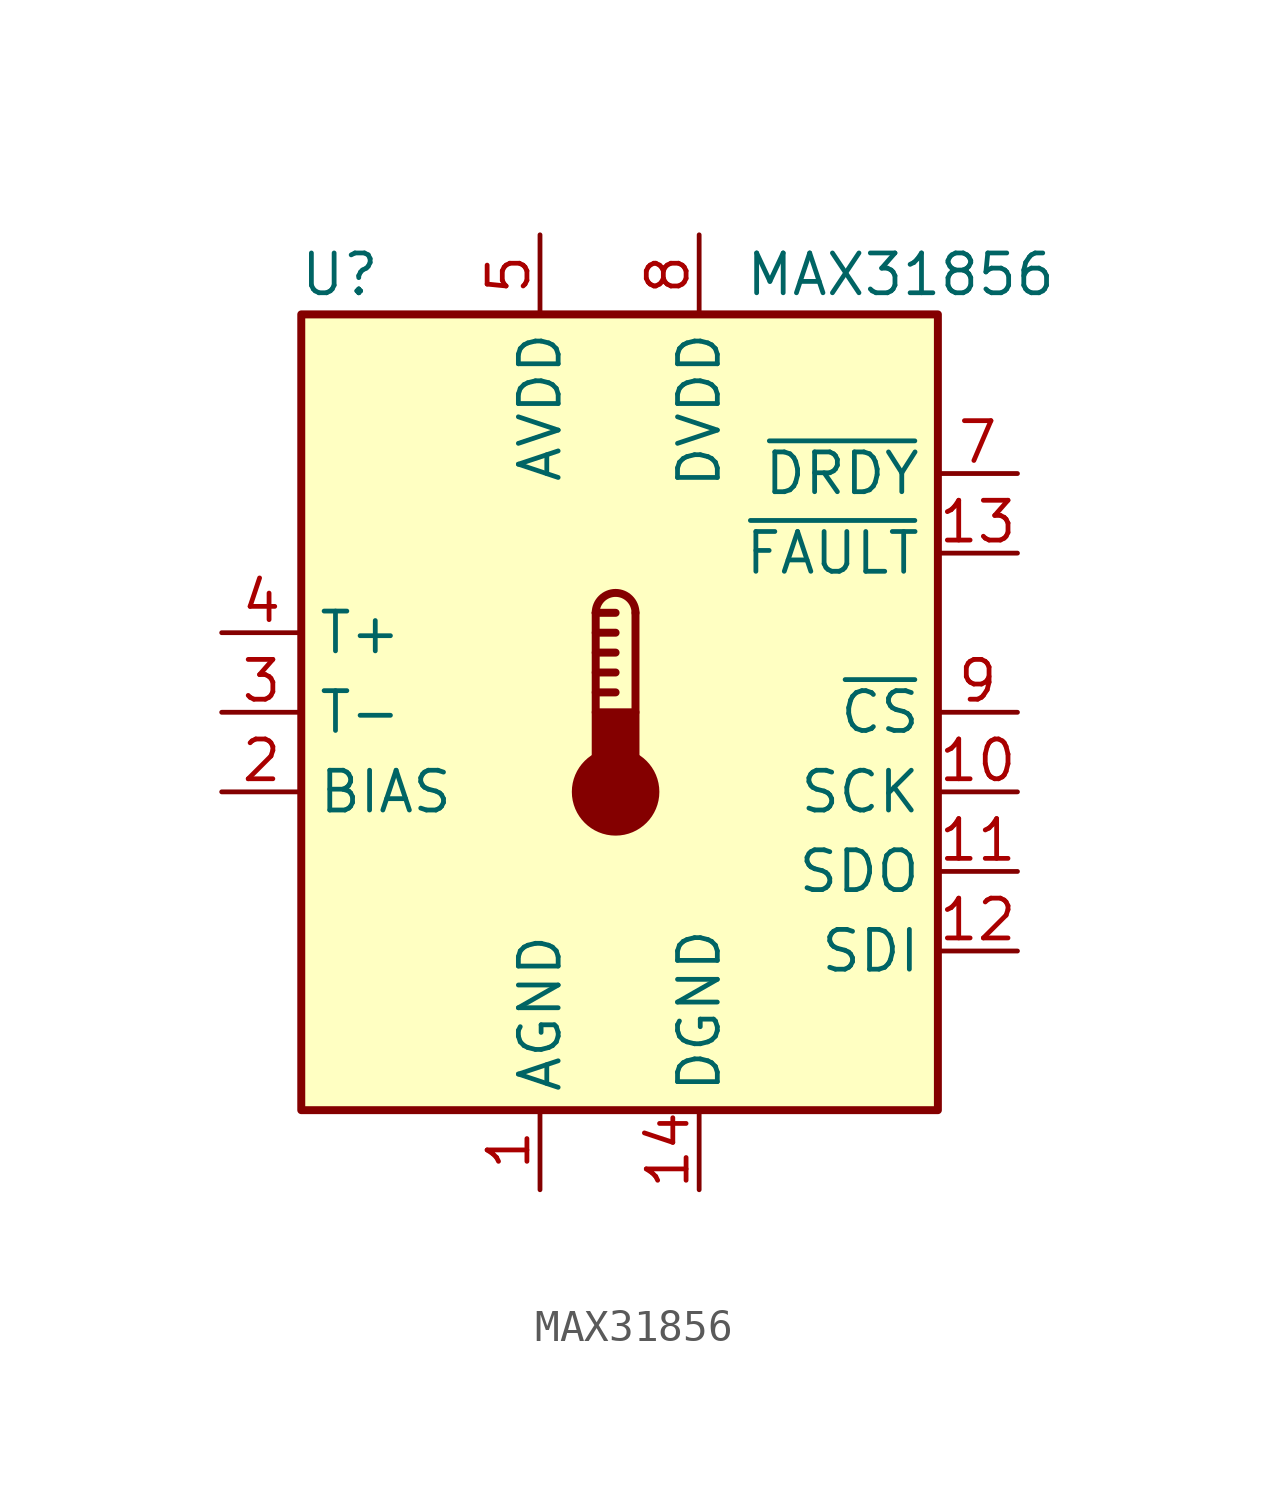
<source format=kicad_sym>
(kicad_symbol_lib
  (version 20241209)
  (generator "kicad_symbol_editor")
  (generator_version "9.0")
  (symbol "MAX31856"
    (property "Reference" "U"
      (at -7.62 13.97 0)
      (effects (font (size 1.27 1.27)) (justify right)))
    (property "Value" "MAX31856"
      (at 13.97 13.97 0)
      (effects (font (size 1.27 1.27)) (justify right)))
    (symbol "MAX31856_0_1"
      (rectangle (start -10.16 12.7) (end 10.16 -12.7) (stroke (width 0.254) (type default)) (fill (type background)))
      (polyline (pts (xy -0.762 3.175) (xy -0.762 0)) (stroke (width 0.254) (type default)) (fill (type none)))
      (polyline (pts (xy -0.762 3.175) (xy -0.127 3.175)) (stroke (width 0.254) (type default)) (fill (type none)))
      (polyline (pts (xy -0.762 2.54) (xy -0.127 2.54)) (stroke (width 0.254) (type default)) (fill (type none)))
      (polyline (pts (xy -0.762 1.905) (xy -0.127 1.905)) (stroke (width 0.254) (type default)) (fill (type none)))
      (polyline (pts (xy -0.762 1.27) (xy -0.127 1.27)) (stroke (width 0.254) (type default)) (fill (type none)))
      (polyline (pts (xy -0.762 0.635) (xy -0.127 0.635)) (stroke (width 0.254) (type default)) (fill (type none)))
      (arc (start -0.762 3.175) (mid -0.127 3.8073) (end 0.508 3.175) (stroke (width 0.254) (type default)) (fill (type none)))
      (circle (center -0.127 -2.54) (radius 1.27) (stroke (width 0.254) (type default)) (fill (type outline)))
      (polyline (pts (xy 0.508 3.175) (xy 0.508 0)) (stroke (width 0.254) (type default)) (fill (type none)))
      (rectangle (start 0.508 -1.905) (end -0.762 0) (stroke (width 0.254) (type default)) (fill (type outline))))
    (symbol "MAX31856_1_1"
      (pin input line (at -12.7 2.54 0) (length 2.54) (name "T+" (effects (font (size 1.27 1.27)))) (number "4" (effects (font (size 1.27 1.27)))))
      (pin input line (at -12.7 0 0) (length 2.54) (name "T-" (effects (font (size 1.27 1.27)))) (number "3" (effects (font (size 1.27 1.27)))))
      (pin input line (at -12.7 -2.54 0) (length 2.54) (name "BIAS" (effects (font (size 1.27 1.27)))) (number "2" (effects (font (size 1.27 1.27)))))
      (pin no_connect line (at -10.16 -7.62 0) (length 2.54) (hide yes) (name "DNC" (effects (font (size 1.27 1.27)))) (number "6" (effects (font (size 1.27 1.27)))))
      (pin power_in line (at -2.54 15.24 270) (length 2.54) (name "AVDD" (effects (font (size 1.27 1.27)))) (number "5" (effects (font (size 1.27 1.27)))))
      (pin power_in line (at -2.54 -15.24 90) (length 2.54) (name "AGND" (effects (font (size 1.27 1.27)))) (number "1" (effects (font (size 1.27 1.27)))))
      (pin power_in line (at 2.54 15.24 270) (length 2.54) (name "DVDD" (effects (font (size 1.27 1.27)))) (number "8" (effects (font (size 1.27 1.27)))))
      (pin power_in line (at 2.54 -15.24 90) (length 2.54) (name "DGND" (effects (font (size 1.27 1.27)))) (number "14" (effects (font (size 1.27 1.27)))))
      (pin output line (at 12.7 7.62 180) (length 2.54) (name "~{DRDY}" (effects (font (size 1.27 1.27)))) (number "7" (effects (font (size 1.27 1.27)))))
      (pin output line (at 12.7 5.08 180) (length 2.54) (name "~{FAULT}" (effects (font (size 1.27 1.27)))) (number "13" (effects (font (size 1.27 1.27)))))
      (pin input line (at 12.7 0 180) (length 2.54) (name "~{CS}" (effects (font (size 1.27 1.27)))) (number "9" (effects (font (size 1.27 1.27)))))
      (pin input line (at 12.7 -2.54 180) (length 2.54) (name "SCK" (effects (font (size 1.27 1.27)))) (number "10" (effects (font (size 1.27 1.27)))))
      (pin tri_state line (at 12.7 -5.08 180) (length 2.54) (name "SDO" (effects (font (size 1.27 1.27)))) (number "11" (effects (font (size 1.27 1.27)))))
      (pin input line (at 12.7 -7.62 180) (length 2.54) (name "SDI" (effects (font (size 1.27 1.27)))) (number "12" (effects (font (size 1.27 1.27))))))))
</source>
